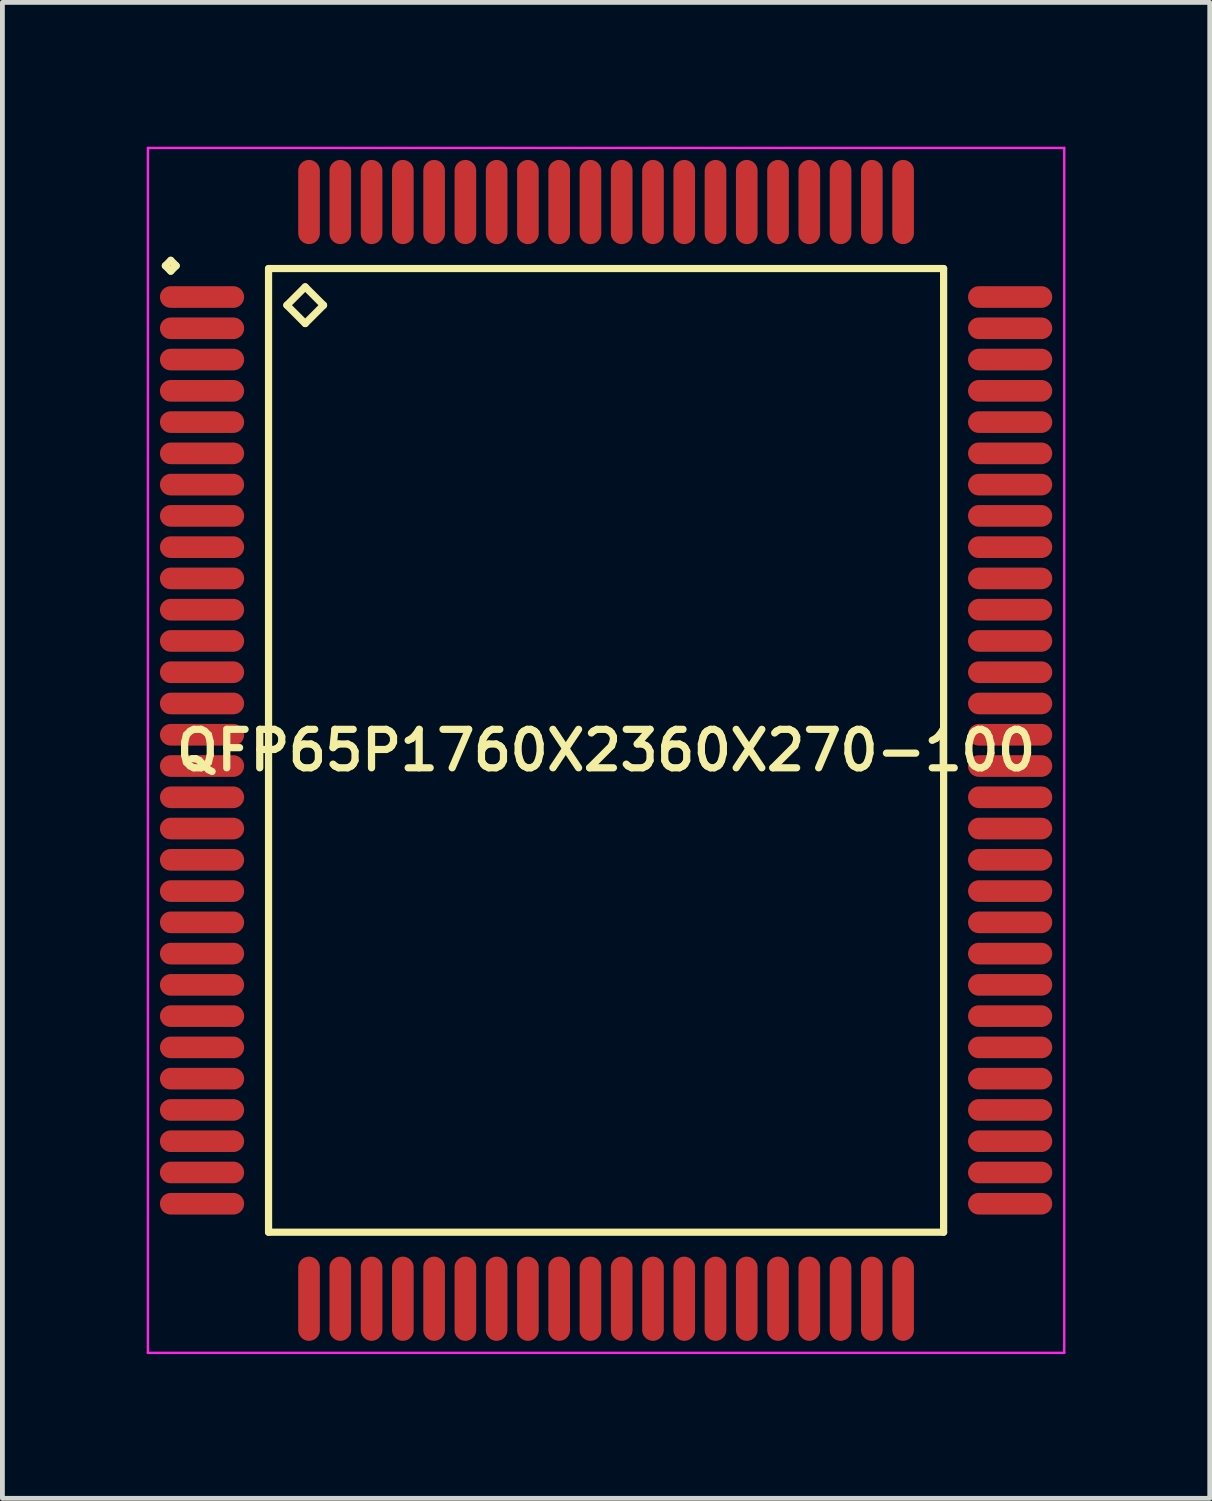
<source format=kicad_pcb>
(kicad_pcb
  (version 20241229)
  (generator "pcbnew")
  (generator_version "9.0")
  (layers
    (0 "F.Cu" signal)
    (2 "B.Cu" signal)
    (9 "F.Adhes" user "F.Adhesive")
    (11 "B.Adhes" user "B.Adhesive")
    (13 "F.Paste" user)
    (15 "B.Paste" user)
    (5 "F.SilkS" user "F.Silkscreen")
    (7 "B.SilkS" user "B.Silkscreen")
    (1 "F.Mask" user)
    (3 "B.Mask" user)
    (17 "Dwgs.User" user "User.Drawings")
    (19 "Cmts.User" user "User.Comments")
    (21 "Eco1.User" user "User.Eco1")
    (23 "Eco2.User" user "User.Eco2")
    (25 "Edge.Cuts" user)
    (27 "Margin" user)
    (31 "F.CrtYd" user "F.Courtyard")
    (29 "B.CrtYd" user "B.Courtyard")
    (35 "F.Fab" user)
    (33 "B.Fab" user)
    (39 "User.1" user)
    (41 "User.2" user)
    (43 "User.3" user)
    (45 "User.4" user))
  (footprint "QFP65P1760X2360X270-100"
    (layer "F.Cu")
    (at 9.55 12.55)
    (property "Reference" "QFP65P1760X2360X270-100" (at 0 0 0) (layer "F.SilkS") (effects (font (size 0.8 0.8) (thickness 0.15))))
    (attr smd)
    (fp_line (start -9.162 -10.075) (end -9.05 -10.188) (stroke (width 0.15) (type solid)) (layer "F.SilkS"))
    (fp_line (start -9.05 -10.188) (end -8.938 -10.075) (stroke (width 0.15) (type solid)) (layer "F.SilkS"))
    (fp_line (start -9.05 -9.963) (end -9.162 -10.075) (stroke (width 0.15) (type solid)) (layer "F.SilkS"))
    (fp_line (start -8.938 -10.075) (end -9.05 -9.963) (stroke (width 0.15) (type solid)) (layer "F.SilkS"))
    (fp_line (start -7.017 -10.017) (end -7.017 10.017) (stroke (width 0.15) (type solid)) (layer "F.SilkS"))
    (fp_line (start -7.017 10.017) (end 7.017 10.017) (stroke (width 0.15) (type solid)) (layer "F.SilkS"))
    (fp_line (start -6.636 -9.255) (end -6.255 -9.636) (stroke (width 0.15) (type solid)) (layer "F.SilkS"))
    (fp_line (start -6.255 -9.636) (end -5.874 -9.255) (stroke (width 0.15) (type solid)) (layer "F.SilkS"))
    (fp_line (start -6.255 -8.874) (end -6.636 -9.255) (stroke (width 0.15) (type solid)) (layer "F.SilkS"))
    (fp_line (start -5.874 -9.255) (end -6.255 -8.874) (stroke (width 0.15) (type solid)) (layer "F.SilkS"))
    (fp_line (start 7.017 -10.017) (end -7.017 -10.017) (stroke (width 0.15) (type solid)) (layer "F.SilkS"))
    (fp_line (start 7.017 10.017) (end 7.017 -10.017) (stroke (width 0.15) (type solid)) (layer "F.SilkS"))
    (fp_line (start -9.525 -12.525) (end 9.525 -12.525) (stroke (width 0.05) (type solid)) (layer "F.CrtYd"))
    (fp_line (start -9.525 12.525) (end -9.525 -12.525) (stroke (width 0.05) (type solid)) (layer "F.CrtYd"))
    (fp_line (start 9.525 -12.525) (end 9.525 12.525) (stroke (width 0.05) (type solid)) (layer "F.CrtYd"))
    (fp_line (start 9.525 12.525) (end -9.525 12.525) (stroke (width 0.05) (type solid)) (layer "F.CrtYd"))
    (pad "1" smd oval (at -8.4 -9.425) (size 1.75 0.45) (layers "F.Cu" "F.Mask" "F.Paste"))
    (pad "2" smd oval (at -8.4 -8.775) (size 1.75 0.45) (layers "F.Cu" "F.Mask" "F.Paste"))
    (pad "3" smd oval (at -8.4 -8.125) (size 1.75 0.45) (layers "F.Cu" "F.Mask" "F.Paste"))
    (pad "4" smd oval (at -8.4 -7.475) (size 1.75 0.45) (layers "F.Cu" "F.Mask" "F.Paste"))
    (pad "5" smd oval (at -8.4 -6.825) (size 1.75 0.45) (layers "F.Cu" "F.Mask" "F.Paste"))
    (pad "6" smd oval (at -8.4 -6.175) (size 1.75 0.45) (layers "F.Cu" "F.Mask" "F.Paste"))
    (pad "7" smd oval (at -8.4 -5.525) (size 1.75 0.45) (layers "F.Cu" "F.Mask" "F.Paste"))
    (pad "8" smd oval (at -8.4 -4.875) (size 1.75 0.45) (layers "F.Cu" "F.Mask" "F.Paste"))
    (pad "9" smd oval (at -8.4 -4.225) (size 1.75 0.45) (layers "F.Cu" "F.Mask" "F.Paste"))
    (pad "10" smd oval (at -8.4 -3.575) (size 1.75 0.45) (layers "F.Cu" "F.Mask" "F.Paste"))
    (pad "11" smd oval (at -8.4 -2.925) (size 1.75 0.45) (layers "F.Cu" "F.Mask" "F.Paste"))
    (pad "12" smd oval (at -8.4 -2.275) (size 1.75 0.45) (layers "F.Cu" "F.Mask" "F.Paste"))
    (pad "13" smd oval (at -8.4 -1.625) (size 1.75 0.45) (layers "F.Cu" "F.Mask" "F.Paste"))
    (pad "14" smd oval (at -8.4 -0.975) (size 1.75 0.45) (layers "F.Cu" "F.Mask" "F.Paste"))
    (pad "15" smd oval (at -8.4 -0.325) (size 1.75 0.45) (layers "F.Cu" "F.Mask" "F.Paste"))
    (pad "16" smd oval (at -8.4 0.325) (size 1.75 0.45) (layers "F.Cu" "F.Mask" "F.Paste"))
    (pad "17" smd oval (at -8.4 0.975) (size 1.75 0.45) (layers "F.Cu" "F.Mask" "F.Paste"))
    (pad "18" smd oval (at -8.4 1.625) (size 1.75 0.45) (layers "F.Cu" "F.Mask" "F.Paste"))
    (pad "19" smd oval (at -8.4 2.275) (size 1.75 0.45) (layers "F.Cu" "F.Mask" "F.Paste"))
    (pad "20" smd oval (at -8.4 2.925) (size 1.75 0.45) (layers "F.Cu" "F.Mask" "F.Paste"))
    (pad "21" smd oval (at -8.4 3.575) (size 1.75 0.45) (layers "F.Cu" "F.Mask" "F.Paste"))
    (pad "22" smd oval (at -8.4 4.225) (size 1.75 0.45) (layers "F.Cu" "F.Mask" "F.Paste"))
    (pad "23" smd oval (at -8.4 4.875) (size 1.75 0.45) (layers "F.Cu" "F.Mask" "F.Paste"))
    (pad "24" smd oval (at -8.4 5.525) (size 1.75 0.45) (layers "F.Cu" "F.Mask" "F.Paste"))
    (pad "25" smd oval (at -8.4 6.175) (size 1.75 0.45) (layers "F.Cu" "F.Mask" "F.Paste"))
    (pad "26" smd oval (at -8.4 6.825) (size 1.75 0.45) (layers "F.Cu" "F.Mask" "F.Paste"))
    (pad "27" smd oval (at -8.4 7.475) (size 1.75 0.45) (layers "F.Cu" "F.Mask" "F.Paste"))
    (pad "28" smd oval (at -8.4 8.125) (size 1.75 0.45) (layers "F.Cu" "F.Mask" "F.Paste"))
    (pad "29" smd oval (at -8.4 8.775) (size 1.75 0.45) (layers "F.Cu" "F.Mask" "F.Paste"))
    (pad "30" smd oval (at -8.4 9.425) (size 1.75 0.45) (layers "F.Cu" "F.Mask" "F.Paste"))
    (pad "31" smd oval (at -6.175 11.4) (size 0.45 1.75) (layers "F.Cu" "F.Mask" "F.Paste"))
    (pad "32" smd oval (at -5.525 11.4) (size 0.45 1.75) (layers "F.Cu" "F.Mask" "F.Paste"))
    (pad "33" smd oval (at -4.875 11.4) (size 0.45 1.75) (layers "F.Cu" "F.Mask" "F.Paste"))
    (pad "34" smd oval (at -4.225 11.4) (size 0.45 1.75) (layers "F.Cu" "F.Mask" "F.Paste"))
    (pad "35" smd oval (at -3.575 11.4) (size 0.45 1.75) (layers "F.Cu" "F.Mask" "F.Paste"))
    (pad "36" smd oval (at -2.925 11.4) (size 0.45 1.75) (layers "F.Cu" "F.Mask" "F.Paste"))
    (pad "37" smd oval (at -2.275 11.4) (size 0.45 1.75) (layers "F.Cu" "F.Mask" "F.Paste"))
    (pad "38" smd oval (at -1.625 11.4) (size 0.45 1.75) (layers "F.Cu" "F.Mask" "F.Paste"))
    (pad "39" smd oval (at -0.975 11.4) (size 0.45 1.75) (layers "F.Cu" "F.Mask" "F.Paste"))
    (pad "40" smd oval (at -0.325 11.4) (size 0.45 1.75) (layers "F.Cu" "F.Mask" "F.Paste"))
    (pad "41" smd oval (at 0.325 11.4) (size 0.45 1.75) (layers "F.Cu" "F.Mask" "F.Paste"))
    (pad "42" smd oval (at 0.975 11.4) (size 0.45 1.75) (layers "F.Cu" "F.Mask" "F.Paste"))
    (pad "43" smd oval (at 1.625 11.4) (size 0.45 1.75) (layers "F.Cu" "F.Mask" "F.Paste"))
    (pad "44" smd oval (at 2.275 11.4) (size 0.45 1.75) (layers "F.Cu" "F.Mask" "F.Paste"))
    (pad "45" smd oval (at 2.925 11.4) (size 0.45 1.75) (layers "F.Cu" "F.Mask" "F.Paste"))
    (pad "46" smd oval (at 3.575 11.4) (size 0.45 1.75) (layers "F.Cu" "F.Mask" "F.Paste"))
    (pad "47" smd oval (at 4.225 11.4) (size 0.45 1.75) (layers "F.Cu" "F.Mask" "F.Paste"))
    (pad "48" smd oval (at 4.875 11.4) (size 0.45 1.75) (layers "F.Cu" "F.Mask" "F.Paste"))
    (pad "49" smd oval (at 5.525 11.4) (size 0.45 1.75) (layers "F.Cu" "F.Mask" "F.Paste"))
    (pad "50" smd oval (at 6.175 11.4) (size 0.45 1.75) (layers "F.Cu" "F.Mask" "F.Paste"))
    (pad "51" smd oval (at 8.4 9.425) (size 1.75 0.45) (layers "F.Cu" "F.Mask" "F.Paste"))
    (pad "52" smd oval (at 8.4 8.775) (size 1.75 0.45) (layers "F.Cu" "F.Mask" "F.Paste"))
    (pad "53" smd oval (at 8.4 8.125) (size 1.75 0.45) (layers "F.Cu" "F.Mask" "F.Paste"))
    (pad "54" smd oval (at 8.4 7.475) (size 1.75 0.45) (layers "F.Cu" "F.Mask" "F.Paste"))
    (pad "55" smd oval (at 8.4 6.825) (size 1.75 0.45) (layers "F.Cu" "F.Mask" "F.Paste"))
    (pad "56" smd oval (at 8.4 6.175) (size 1.75 0.45) (layers "F.Cu" "F.Mask" "F.Paste"))
    (pad "57" smd oval (at 8.4 5.525) (size 1.75 0.45) (layers "F.Cu" "F.Mask" "F.Paste"))
    (pad "58" smd oval (at 8.4 4.875) (size 1.75 0.45) (layers "F.Cu" "F.Mask" "F.Paste"))
    (pad "59" smd oval (at 8.4 4.225) (size 1.75 0.45) (layers "F.Cu" "F.Mask" "F.Paste"))
    (pad "60" smd oval (at 8.4 3.575) (size 1.75 0.45) (layers "F.Cu" "F.Mask" "F.Paste"))
    (pad "61" smd oval (at 8.4 2.925) (size 1.75 0.45) (layers "F.Cu" "F.Mask" "F.Paste"))
    (pad "62" smd oval (at 8.4 2.275) (size 1.75 0.45) (layers "F.Cu" "F.Mask" "F.Paste"))
    (pad "63" smd oval (at 8.4 1.625) (size 1.75 0.45) (layers "F.Cu" "F.Mask" "F.Paste"))
    (pad "64" smd oval (at 8.4 0.975) (size 1.75 0.45) (layers "F.Cu" "F.Mask" "F.Paste"))
    (pad "65" smd oval (at 8.4 0.325) (size 1.75 0.45) (layers "F.Cu" "F.Mask" "F.Paste"))
    (pad "66" smd oval (at 8.4 -0.325) (size 1.75 0.45) (layers "F.Cu" "F.Mask" "F.Paste"))
    (pad "67" smd oval (at 8.4 -0.975) (size 1.75 0.45) (layers "F.Cu" "F.Mask" "F.Paste"))
    (pad "68" smd oval (at 8.4 -1.625) (size 1.75 0.45) (layers "F.Cu" "F.Mask" "F.Paste"))
    (pad "69" smd oval (at 8.4 -2.275) (size 1.75 0.45) (layers "F.Cu" "F.Mask" "F.Paste"))
    (pad "70" smd oval (at 8.4 -2.925) (size 1.75 0.45) (layers "F.Cu" "F.Mask" "F.Paste"))
    (pad "71" smd oval (at 8.4 -3.575) (size 1.75 0.45) (layers "F.Cu" "F.Mask" "F.Paste"))
    (pad "72" smd oval (at 8.4 -4.225) (size 1.75 0.45) (layers "F.Cu" "F.Mask" "F.Paste"))
    (pad "73" smd oval (at 8.4 -4.875) (size 1.75 0.45) (layers "F.Cu" "F.Mask" "F.Paste"))
    (pad "74" smd oval (at 8.4 -5.525) (size 1.75 0.45) (layers "F.Cu" "F.Mask" "F.Paste"))
    (pad "75" smd oval (at 8.4 -6.175) (size 1.75 0.45) (layers "F.Cu" "F.Mask" "F.Paste"))
    (pad "76" smd oval (at 8.4 -6.825) (size 1.75 0.45) (layers "F.Cu" "F.Mask" "F.Paste"))
    (pad "77" smd oval (at 8.4 -7.475) (size 1.75 0.45) (layers "F.Cu" "F.Mask" "F.Paste"))
    (pad "78" smd oval (at 8.4 -8.125) (size 1.75 0.45) (layers "F.Cu" "F.Mask" "F.Paste"))
    (pad "79" smd oval (at 8.4 -8.775) (size 1.75 0.45) (layers "F.Cu" "F.Mask" "F.Paste"))
    (pad "80" smd oval (at 8.4 -9.425) (size 1.75 0.45) (layers "F.Cu" "F.Mask" "F.Paste"))
    (pad "81" smd oval (at 6.175 -11.4) (size 0.45 1.75) (layers "F.Cu" "F.Mask" "F.Paste"))
    (pad "82" smd oval (at 5.525 -11.4) (size 0.45 1.75) (layers "F.Cu" "F.Mask" "F.Paste"))
    (pad "83" smd oval (at 4.875 -11.4) (size 0.45 1.75) (layers "F.Cu" "F.Mask" "F.Paste"))
    (pad "84" smd oval (at 4.225 -11.4) (size 0.45 1.75) (layers "F.Cu" "F.Mask" "F.Paste"))
    (pad "85" smd oval (at 3.575 -11.4) (size 0.45 1.75) (layers "F.Cu" "F.Mask" "F.Paste"))
    (pad "86" smd oval (at 2.925 -11.4) (size 0.45 1.75) (layers "F.Cu" "F.Mask" "F.Paste"))
    (pad "87" smd oval (at 2.275 -11.4) (size 0.45 1.75) (layers "F.Cu" "F.Mask" "F.Paste"))
    (pad "88" smd oval (at 1.625 -11.4) (size 0.45 1.75) (layers "F.Cu" "F.Mask" "F.Paste"))
    (pad "89" smd oval (at 0.975 -11.4) (size 0.45 1.75) (layers "F.Cu" "F.Mask" "F.Paste"))
    (pad "90" smd oval (at 0.325 -11.4) (size 0.45 1.75) (layers "F.Cu" "F.Mask" "F.Paste"))
    (pad "91" smd oval (at -0.325 -11.4) (size 0.45 1.75) (layers "F.Cu" "F.Mask" "F.Paste"))
    (pad "92" smd oval (at -0.975 -11.4) (size 0.45 1.75) (layers "F.Cu" "F.Mask" "F.Paste"))
    (pad "93" smd oval (at -1.625 -11.4) (size 0.45 1.75) (layers "F.Cu" "F.Mask" "F.Paste"))
    (pad "94" smd oval (at -2.275 -11.4) (size 0.45 1.75) (layers "F.Cu" "F.Mask" "F.Paste"))
    (pad "95" smd oval (at -2.925 -11.4) (size 0.45 1.75) (layers "F.Cu" "F.Mask" "F.Paste"))
    (pad "96" smd oval (at -3.575 -11.4) (size 0.45 1.75) (layers "F.Cu" "F.Mask" "F.Paste"))
    (pad "97" smd oval (at -4.225 -11.4) (size 0.45 1.75) (layers "F.Cu" "F.Mask" "F.Paste"))
    (pad "98" smd oval (at -4.875 -11.4) (size 0.45 1.75) (layers "F.Cu" "F.Mask" "F.Paste"))
    (pad "99" smd oval (at -5.525 -11.4) (size 0.45 1.75) (layers "F.Cu" "F.Mask" "F.Paste"))
    (pad "100" smd oval (at -6.175 -11.4) (size 0.45 1.75) (layers "F.Cu" "F.Mask" "F.Paste")))
  (gr_rect
    (start -3 -3)
    (end 22.1 28.1)
    (stroke (width 0.1) (type default))
    (fill no)
    (layer "Edge.Cuts")))
</source>
